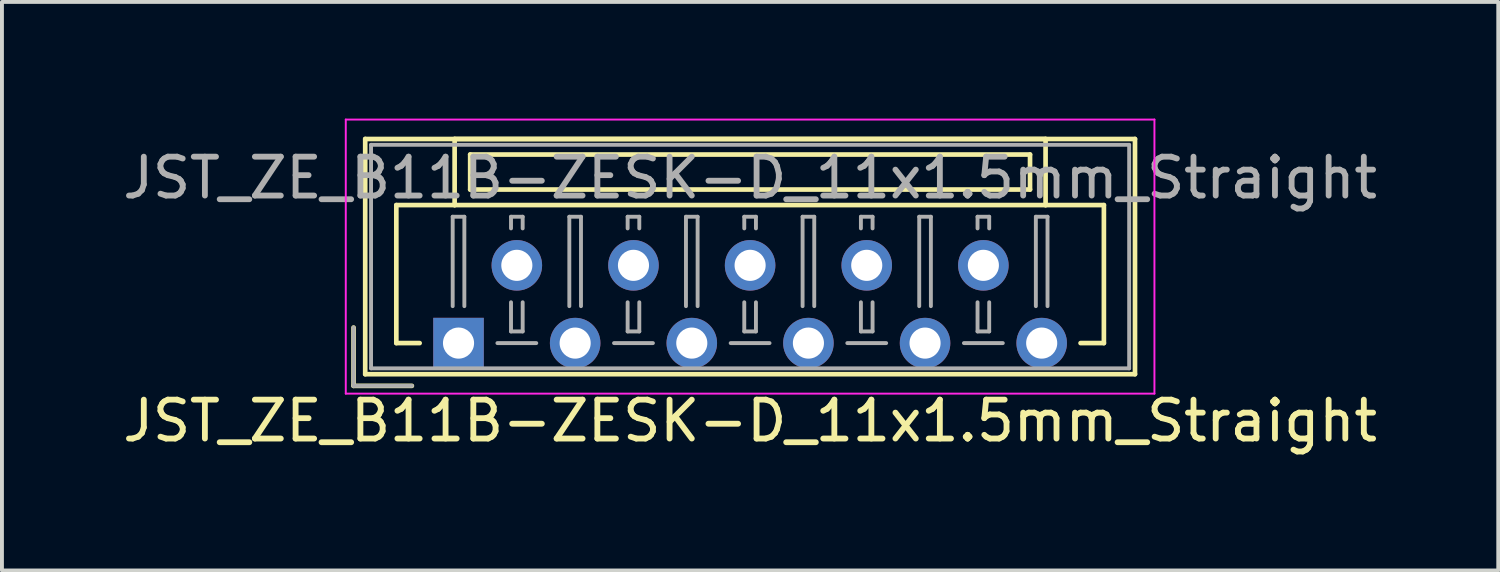
<source format=kicad_pcb>
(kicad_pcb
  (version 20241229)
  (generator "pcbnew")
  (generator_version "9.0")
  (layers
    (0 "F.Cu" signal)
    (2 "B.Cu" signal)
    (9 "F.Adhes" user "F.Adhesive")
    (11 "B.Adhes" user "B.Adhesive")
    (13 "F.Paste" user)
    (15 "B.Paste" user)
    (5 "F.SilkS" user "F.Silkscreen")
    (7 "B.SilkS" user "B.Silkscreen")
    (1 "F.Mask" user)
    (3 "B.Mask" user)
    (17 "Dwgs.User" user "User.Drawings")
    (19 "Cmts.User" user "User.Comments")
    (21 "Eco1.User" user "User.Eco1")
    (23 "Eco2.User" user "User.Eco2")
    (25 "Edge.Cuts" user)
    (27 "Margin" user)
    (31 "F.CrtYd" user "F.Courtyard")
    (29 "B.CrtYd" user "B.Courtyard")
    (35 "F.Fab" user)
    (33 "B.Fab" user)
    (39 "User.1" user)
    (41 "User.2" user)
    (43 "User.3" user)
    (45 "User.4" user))
  (footprint "JST_ZE_B11B-ZESK-D_11x1.5mm_Straight"
    (layer "F.Cu")
    (at 8.744 5.775)
    (property "Reference" "JST_ZE_B11B-ZESK-D_11x1.5mm_Straight" (at 7.5 2 0) (layer "F.SilkS") (effects (font (size 1 1) (thickness 0.15))))
    (attr through_hole)
    (fp_line (start -2.7 -0.4) (end -2.7 1.1) (stroke (width 0.12) (type solid)) (layer "F.SilkS"))
    (fp_line (start -2.7 1.1) (end -1.2 1.1) (stroke (width 0.12) (type solid)) (layer "F.SilkS"))
    (fp_line (start -2.4 -5.25) (end -2.4 0.8) (stroke (width 0.12) (type solid)) (layer "F.SilkS"))
    (fp_line (start -2.4 0.8) (end 17.4 0.8) (stroke (width 0.12) (type solid)) (layer "F.SilkS"))
    (fp_line (start -1.6 -3.55) (end -1.6 0) (stroke (width 0.12) (type solid)) (layer "F.SilkS"))
    (fp_line (start -1.6 0) (end -1 0) (stroke (width 0.12) (type solid)) (layer "F.SilkS"))
    (fp_line (start -0.1 -5.25) (end -0.1 -3.55) (stroke (width 0.12) (type solid)) (layer "F.SilkS"))
    (fp_line (start -0.1 -3.55) (end -1.6 -3.55) (stroke (width 0.12) (type solid)) (layer "F.SilkS"))
    (fp_line (start -0.1 -3.55) (end 15.1 -3.55) (stroke (width 0.12) (type solid)) (layer "F.SilkS"))
    (fp_line (start 0.3 -4.85) (end 0.3 -3.95) (stroke (width 0.12) (type solid)) (layer "F.SilkS"))
    (fp_line (start 0.3 -3.95) (end 14.7 -3.95) (stroke (width 0.12) (type solid)) (layer "F.SilkS"))
    (fp_line (start 14.7 -4.85) (end 0.3 -4.85) (stroke (width 0.12) (type solid)) (layer "F.SilkS"))
    (fp_line (start 14.7 -3.95) (end 14.7 -4.85) (stroke (width 0.12) (type solid)) (layer "F.SilkS"))
    (fp_line (start 15.1 -5.25) (end -0.1 -5.25) (stroke (width 0.12) (type solid)) (layer "F.SilkS"))
    (fp_line (start 15.1 -3.55) (end 15.1 -5.25) (stroke (width 0.12) (type solid)) (layer "F.SilkS"))
    (fp_line (start 15.1 -3.55) (end 16.6 -3.55) (stroke (width 0.12) (type solid)) (layer "F.SilkS"))
    (fp_line (start 16.6 -3.55) (end 16.6 0) (stroke (width 0.12) (type solid)) (layer "F.SilkS"))
    (fp_line (start 16.6 0) (end 16 0) (stroke (width 0.12) (type solid)) (layer "F.SilkS"))
    (fp_line (start 17.4 -5.25) (end -2.4 -5.25) (stroke (width 0.12) (type solid)) (layer "F.SilkS"))
    (fp_line (start 17.4 0.8) (end 17.4 -5.25) (stroke (width 0.12) (type solid)) (layer "F.SilkS"))
    (fp_line (start -2.9 -5.75) (end -2.9 1.3) (stroke (width 0.05) (type solid)) (layer "F.CrtYd"))
    (fp_line (start -2.9 1.3) (end 17.9 1.3) (stroke (width 0.05) (type solid)) (layer "F.CrtYd"))
    (fp_line (start 17.9 -5.75) (end -2.9 -5.75) (stroke (width 0.05) (type solid)) (layer "F.CrtYd"))
    (fp_line (start 17.9 1.3) (end 17.9 -5.75) (stroke (width 0.05) (type solid)) (layer "F.CrtYd"))
    (fp_line (start -2.7 -0.4) (end -2.7 1.1) (stroke (width 0.1) (type solid)) (layer "F.Fab"))
    (fp_line (start -2.7 1.1) (end -1.2 1.1) (stroke (width 0.1) (type solid)) (layer "F.Fab"))
    (fp_line (start -2.25 -5.1) (end -2.25 0.65) (stroke (width 0.1) (type solid)) (layer "F.Fab"))
    (fp_line (start -2.25 0.65) (end 17.25 0.65) (stroke (width 0.1) (type solid)) (layer "F.Fab"))
    (fp_line (start -0.15 -3.25) (end 0.15 -3.25) (stroke (width 0.1) (type solid)) (layer "F.Fab"))
    (fp_line (start -0.15 -0.95) (end -0.15 -3.25) (stroke (width 0.1) (type solid)) (layer "F.Fab"))
    (fp_line (start 0.15 -3.25) (end 0.15 -0.95) (stroke (width 0.1) (type solid)) (layer "F.Fab"))
    (fp_line (start 1 0) (end 2 0) (stroke (width 0.1) (type solid)) (layer "F.Fab"))
    (fp_line (start 1.35 -3.25) (end 1.65 -3.25) (stroke (width 0.1) (type solid)) (layer "F.Fab"))
    (fp_line (start 1.35 -2.95) (end 1.35 -3.25) (stroke (width 0.1) (type solid)) (layer "F.Fab"))
    (fp_line (start 1.35 -1.05) (end 1.35 -0.3) (stroke (width 0.1) (type solid)) (layer "F.Fab"))
    (fp_line (start 1.35 -0.3) (end 1.65 -0.3) (stroke (width 0.1) (type solid)) (layer "F.Fab"))
    (fp_line (start 1.65 -3.25) (end 1.65 -2.95) (stroke (width 0.1) (type solid)) (layer "F.Fab"))
    (fp_line (start 1.65 -0.3) (end 1.65 -1.05) (stroke (width 0.1) (type solid)) (layer "F.Fab"))
    (fp_line (start 2.85 -3.25) (end 3.15 -3.25) (stroke (width 0.1) (type solid)) (layer "F.Fab"))
    (fp_line (start 2.85 -0.95) (end 2.85 -3.25) (stroke (width 0.1) (type solid)) (layer "F.Fab"))
    (fp_line (start 3.15 -3.25) (end 3.15 -0.95) (stroke (width 0.1) (type solid)) (layer "F.Fab"))
    (fp_line (start 4 0) (end 5 0) (stroke (width 0.1) (type solid)) (layer "F.Fab"))
    (fp_line (start 4.35 -3.25) (end 4.65 -3.25) (stroke (width 0.1) (type solid)) (layer "F.Fab"))
    (fp_line (start 4.35 -2.95) (end 4.35 -3.25) (stroke (width 0.1) (type solid)) (layer "F.Fab"))
    (fp_line (start 4.35 -1.05) (end 4.35 -0.3) (stroke (width 0.1) (type solid)) (layer "F.Fab"))
    (fp_line (start 4.35 -0.3) (end 4.65 -0.3) (stroke (width 0.1) (type solid)) (layer "F.Fab"))
    (fp_line (start 4.65 -3.25) (end 4.65 -2.95) (stroke (width 0.1) (type solid)) (layer "F.Fab"))
    (fp_line (start 4.65 -0.3) (end 4.65 -1.05) (stroke (width 0.1) (type solid)) (layer "F.Fab"))
    (fp_line (start 5.85 -3.25) (end 6.15 -3.25) (stroke (width 0.1) (type solid)) (layer "F.Fab"))
    (fp_line (start 5.85 -0.95) (end 5.85 -3.25) (stroke (width 0.1) (type solid)) (layer "F.Fab"))
    (fp_line (start 6.15 -3.25) (end 6.15 -0.95) (stroke (width 0.1) (type solid)) (layer "F.Fab"))
    (fp_line (start 7 0) (end 8 0) (stroke (width 0.1) (type solid)) (layer "F.Fab"))
    (fp_line (start 7.35 -3.25) (end 7.65 -3.25) (stroke (width 0.1) (type solid)) (layer "F.Fab"))
    (fp_line (start 7.35 -2.95) (end 7.35 -3.25) (stroke (width 0.1) (type solid)) (layer "F.Fab"))
    (fp_line (start 7.35 -1.05) (end 7.35 -0.3) (stroke (width 0.1) (type solid)) (layer "F.Fab"))
    (fp_line (start 7.35 -0.3) (end 7.65 -0.3) (stroke (width 0.1) (type solid)) (layer "F.Fab"))
    (fp_line (start 7.65 -3.25) (end 7.65 -2.95) (stroke (width 0.1) (type solid)) (layer "F.Fab"))
    (fp_line (start 7.65 -0.3) (end 7.65 -1.05) (stroke (width 0.1) (type solid)) (layer "F.Fab"))
    (fp_line (start 8.85 -3.25) (end 9.15 -3.25) (stroke (width 0.1) (type solid)) (layer "F.Fab"))
    (fp_line (start 8.85 -0.95) (end 8.85 -3.25) (stroke (width 0.1) (type solid)) (layer "F.Fab"))
    (fp_line (start 9.15 -3.25) (end 9.15 -0.95) (stroke (width 0.1) (type solid)) (layer "F.Fab"))
    (fp_line (start 10 0) (end 11 0) (stroke (width 0.1) (type solid)) (layer "F.Fab"))
    (fp_line (start 10.35 -3.25) (end 10.65 -3.25) (stroke (width 0.1) (type solid)) (layer "F.Fab"))
    (fp_line (start 10.35 -2.95) (end 10.35 -3.25) (stroke (width 0.1) (type solid)) (layer "F.Fab"))
    (fp_line (start 10.35 -1.05) (end 10.35 -0.3) (stroke (width 0.1) (type solid)) (layer "F.Fab"))
    (fp_line (start 10.35 -0.3) (end 10.65 -0.3) (stroke (width 0.1) (type solid)) (layer "F.Fab"))
    (fp_line (start 10.65 -3.25) (end 10.65 -2.95) (stroke (width 0.1) (type solid)) (layer "F.Fab"))
    (fp_line (start 10.65 -0.3) (end 10.65 -1.05) (stroke (width 0.1) (type solid)) (layer "F.Fab"))
    (fp_line (start 11.85 -3.25) (end 12.15 -3.25) (stroke (width 0.1) (type solid)) (layer "F.Fab"))
    (fp_line (start 11.85 -0.95) (end 11.85 -3.25) (stroke (width 0.1) (type solid)) (layer "F.Fab"))
    (fp_line (start 12.15 -3.25) (end 12.15 -0.95) (stroke (width 0.1) (type solid)) (layer "F.Fab"))
    (fp_line (start 13 0) (end 14 0) (stroke (width 0.1) (type solid)) (layer "F.Fab"))
    (fp_line (start 13.35 -3.25) (end 13.65 -3.25) (stroke (width 0.1) (type solid)) (layer "F.Fab"))
    (fp_line (start 13.35 -2.95) (end 13.35 -3.25) (stroke (width 0.1) (type solid)) (layer "F.Fab"))
    (fp_line (start 13.35 -1.05) (end 13.35 -0.3) (stroke (width 0.1) (type solid)) (layer "F.Fab"))
    (fp_line (start 13.35 -0.3) (end 13.65 -0.3) (stroke (width 0.1) (type solid)) (layer "F.Fab"))
    (fp_line (start 13.65 -3.25) (end 13.65 -2.95) (stroke (width 0.1) (type solid)) (layer "F.Fab"))
    (fp_line (start 13.65 -0.3) (end 13.65 -1.05) (stroke (width 0.1) (type solid)) (layer "F.Fab"))
    (fp_line (start 14.85 -3.25) (end 15.15 -3.25) (stroke (width 0.1) (type solid)) (layer "F.Fab"))
    (fp_line (start 14.85 -0.95) (end 14.85 -3.25) (stroke (width 0.1) (type solid)) (layer "F.Fab"))
    (fp_line (start 15.15 -3.25) (end 15.15 -0.95) (stroke (width 0.1) (type solid)) (layer "F.Fab"))
    (fp_line (start 17.25 -5.1) (end -2.25 -5.1) (stroke (width 0.1) (type solid)) (layer "F.Fab"))
    (fp_line (start 17.25 0.65) (end 17.25 -5.1) (stroke (width 0.1) (type solid)) (layer "F.Fab"))
    (fp_text user "${REFERENCE}" (at 7.5 -4.25 0) (layer "F.Fab") (effects (font (size 1 1) (thickness 0.15))))
    (pad "1" thru_hole rect (at 0 0) (size 1.3 1.3) (drill 0.8) (layers "*.Cu" "*.Mask"))
    (pad "2" thru_hole circle (at 1.5 -2) (size 1.3 1.3) (drill 0.8) (layers "*.Cu" "*.Mask"))
    (pad "3" thru_hole circle (at 3 0) (size 1.3 1.3) (drill 0.8) (layers "*.Cu" "*.Mask"))
    (pad "4" thru_hole circle (at 4.5 -2) (size 1.3 1.3) (drill 0.8) (layers "*.Cu" "*.Mask"))
    (pad "5" thru_hole circle (at 6 0) (size 1.3 1.3) (drill 0.8) (layers "*.Cu" "*.Mask"))
    (pad "6" thru_hole circle (at 7.5 -2) (size 1.3 1.3) (drill 0.8) (layers "*.Cu" "*.Mask"))
    (pad "7" thru_hole circle (at 9 0) (size 1.3 1.3) (drill 0.8) (layers "*.Cu" "*.Mask"))
    (pad "8" thru_hole circle (at 10.5 -2) (size 1.3 1.3) (drill 0.8) (layers "*.Cu" "*.Mask"))
    (pad "9" thru_hole circle (at 12 0) (size 1.3 1.3) (drill 0.8) (layers "*.Cu" "*.Mask"))
    (pad "10" thru_hole circle (at 13.5 -2) (size 1.3 1.3) (drill 0.8) (layers "*.Cu" "*.Mask"))
    (pad "11" thru_hole circle (at 15 0) (size 1.3 1.3) (drill 0.8) (layers "*.Cu" "*.Mask")))
  (gr_rect
    (start -3 -3)
    (end 35.488 11.623)
    (stroke (width 0.1) (type default))
    (fill no)
    (layer "Edge.Cuts")))
</source>
